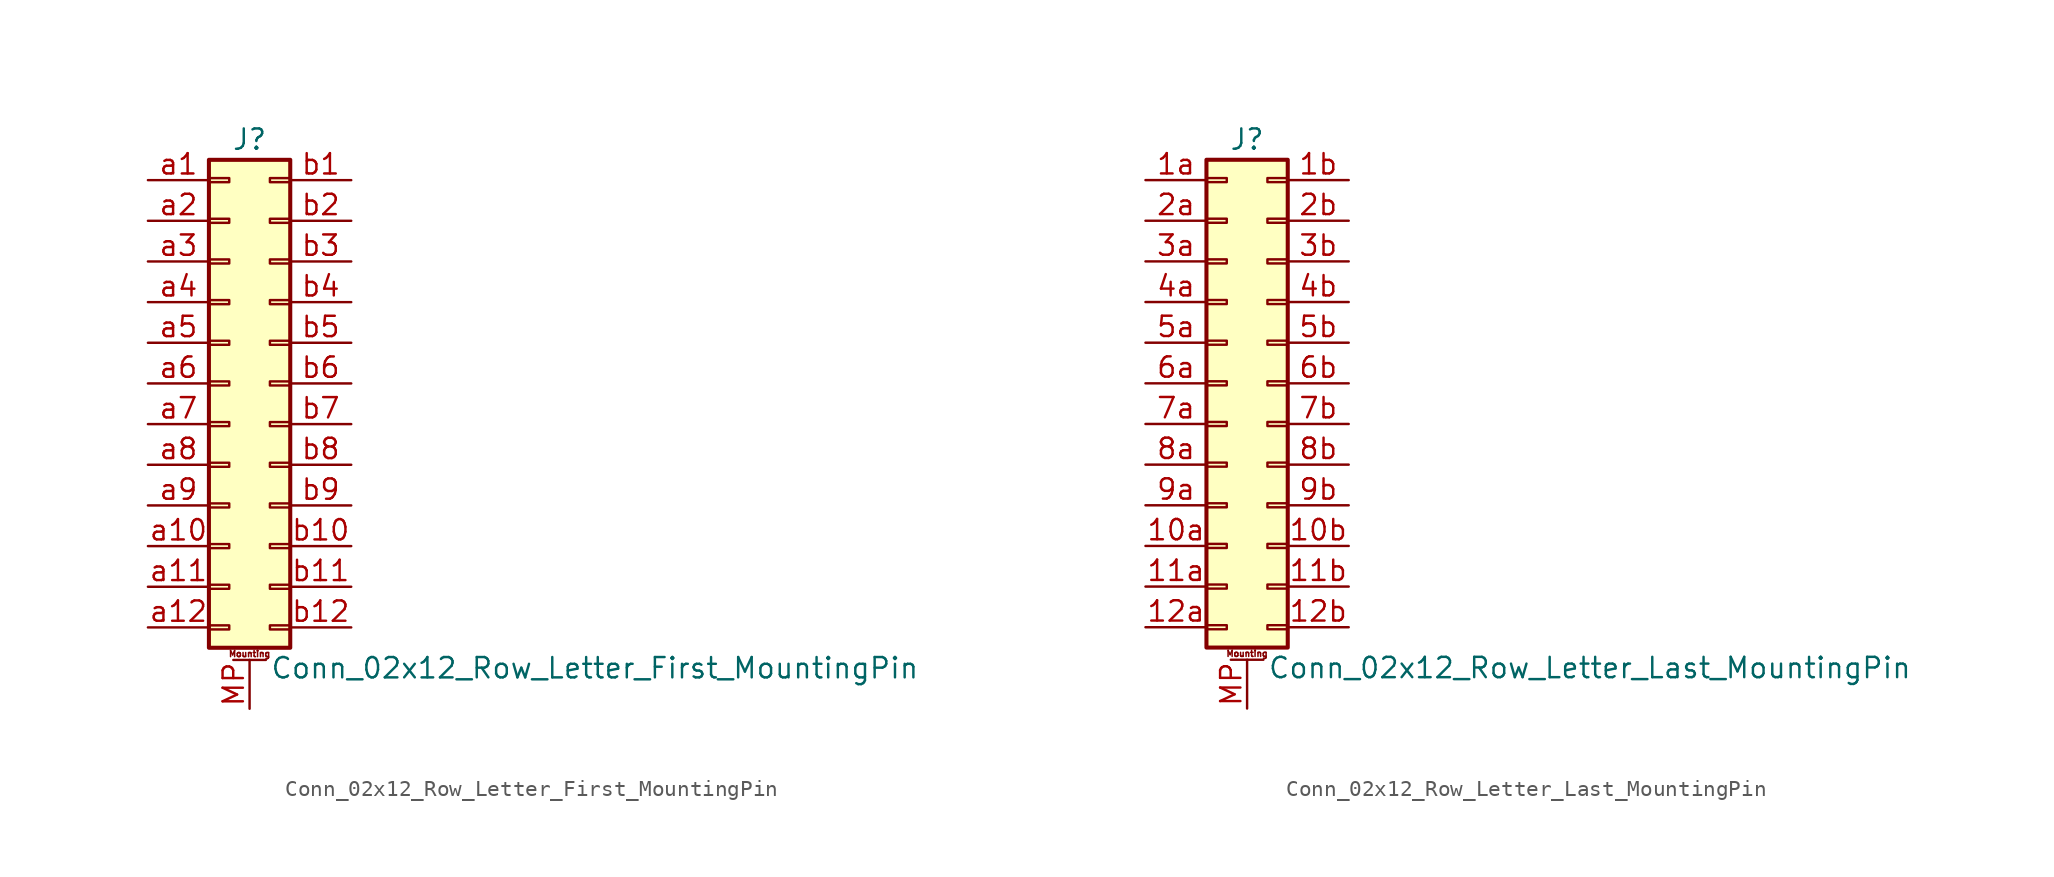
<source format=kicad_sym>
(kicad_symbol_lib
  (version 20211014)
  (generator kicad_symbol_editor)
  (symbol "Conn_02x12_Row_Letter_First_MountingPin"
    (pin_names
      (offset 1.016) hide)
    (property "Reference" "J"
      (at 1.27 15.24 0)
      (effects (font (size 1.27 1.27))))
    (property "Value" "Conn_02x12_Row_Letter_First_MountingPin"
      (at 2.54 -17.78 0)
      (effects (font (size 1.27 1.27)) (justify left)))
    (symbol "Conn_02x12_Row_Letter_First_MountingPin_1_1"
      (rectangle (start -1.27 -15.113) (end 0 -15.367) (stroke (width 0.152) (type default) (color 0 0 0 0)) (fill (type none)))
      (rectangle (start -1.27 -12.573) (end 0 -12.827) (stroke (width 0.152) (type default) (color 0 0 0 0)) (fill (type none)))
      (rectangle (start -1.27 -10.033) (end 0 -10.287) (stroke (width 0.152) (type default) (color 0 0 0 0)) (fill (type none)))
      (rectangle (start -1.27 -7.493) (end 0 -7.747) (stroke (width 0.152) (type default) (color 0 0 0 0)) (fill (type none)))
      (rectangle (start -1.27 -4.953) (end 0 -5.207) (stroke (width 0.152) (type default) (color 0 0 0 0)) (fill (type none)))
      (rectangle (start -1.27 -2.413) (end 0 -2.667) (stroke (width 0.152) (type default) (color 0 0 0 0)) (fill (type none)))
      (rectangle (start -1.27 0.127) (end 0 -0.127) (stroke (width 0.152) (type default) (color 0 0 0 0)) (fill (type none)))
      (rectangle (start -1.27 2.667) (end 0 2.413) (stroke (width 0.152) (type default) (color 0 0 0 0)) (fill (type none)))
      (rectangle (start -1.27 5.207) (end 0 4.953) (stroke (width 0.152) (type default) (color 0 0 0 0)) (fill (type none)))
      (rectangle (start -1.27 7.747) (end 0 7.493) (stroke (width 0.152) (type default) (color 0 0 0 0)) (fill (type none)))
      (rectangle (start -1.27 10.287) (end 0 10.033) (stroke (width 0.152) (type default) (color 0 0 0 0)) (fill (type none)))
      (rectangle (start -1.27 12.827) (end 0 12.573) (stroke (width 0.152) (type default) (color 0 0 0 0)) (fill (type none)))
      (rectangle (start -1.27 13.97) (end 3.81 -16.51) (stroke (width 0.254) (type default) (color 0 0 0 0)) (fill (type background)))
      (polyline (pts (xy 0.254 -17.272) (xy 2.286 -17.272)) (stroke (width 0.152) (type default) (color 0 0 0 0)) (fill (type none)))
      (rectangle (start 3.81 -15.113) (end 2.54 -15.367) (stroke (width 0.152) (type default) (color 0 0 0 0)) (fill (type none)))
      (rectangle (start 3.81 -12.573) (end 2.54 -12.827) (stroke (width 0.152) (type default) (color 0 0 0 0)) (fill (type none)))
      (rectangle (start 3.81 -10.033) (end 2.54 -10.287) (stroke (width 0.152) (type default) (color 0 0 0 0)) (fill (type none)))
      (rectangle (start 3.81 -7.493) (end 2.54 -7.747) (stroke (width 0.152) (type default) (color 0 0 0 0)) (fill (type none)))
      (rectangle (start 3.81 -4.953) (end 2.54 -5.207) (stroke (width 0.152) (type default) (color 0 0 0 0)) (fill (type none)))
      (rectangle (start 3.81 -2.413) (end 2.54 -2.667) (stroke (width 0.152) (type default) (color 0 0 0 0)) (fill (type none)))
      (rectangle (start 3.81 0.127) (end 2.54 -0.127) (stroke (width 0.152) (type default) (color 0 0 0 0)) (fill (type none)))
      (rectangle (start 3.81 2.667) (end 2.54 2.413) (stroke (width 0.152) (type default) (color 0 0 0 0)) (fill (type none)))
      (rectangle (start 3.81 5.207) (end 2.54 4.953) (stroke (width 0.152) (type default) (color 0 0 0 0)) (fill (type none)))
      (rectangle (start 3.81 7.747) (end 2.54 7.493) (stroke (width 0.152) (type default) (color 0 0 0 0)) (fill (type none)))
      (rectangle (start 3.81 10.287) (end 2.54 10.033) (stroke (width 0.152) (type default) (color 0 0 0 0)) (fill (type none)))
      (rectangle (start 3.81 12.827) (end 2.54 12.573) (stroke (width 0.152) (type default) (color 0 0 0 0)) (fill (type none)))
      (text "Mounting" (at 1.27 -16.891 0) (effects (font (size 0.381 0.381))))
      (pin passive line (at 1.27 -20.32 90) (length 3.048) (name "MountPin" (effects (font (size 1.27 1.27)))) (number "MP" (effects (font (size 1.27 1.27)))))
      (pin passive line (at -5.08 12.7 0) (length 3.81) (name "Pin_a1" (effects (font (size 1.27 1.27)))) (number "a1" (effects (font (size 1.27 1.27)))))
      (pin passive line (at -5.08 -10.16 0) (length 3.81) (name "Pin_a10" (effects (font (size 1.27 1.27)))) (number "a10" (effects (font (size 1.27 1.27)))))
      (pin passive line (at -5.08 -12.7 0) (length 3.81) (name "Pin_a11" (effects (font (size 1.27 1.27)))) (number "a11" (effects (font (size 1.27 1.27)))))
      (pin passive line (at -5.08 -15.24 0) (length 3.81) (name "Pin_a12" (effects (font (size 1.27 1.27)))) (number "a12" (effects (font (size 1.27 1.27)))))
      (pin passive line (at -5.08 10.16 0) (length 3.81) (name "Pin_a2" (effects (font (size 1.27 1.27)))) (number "a2" (effects (font (size 1.27 1.27)))))
      (pin passive line (at -5.08 7.62 0) (length 3.81) (name "Pin_a3" (effects (font (size 1.27 1.27)))) (number "a3" (effects (font (size 1.27 1.27)))))
      (pin passive line (at -5.08 5.08 0) (length 3.81) (name "Pin_a4" (effects (font (size 1.27 1.27)))) (number "a4" (effects (font (size 1.27 1.27)))))
      (pin passive line (at -5.08 2.54 0) (length 3.81) (name "Pin_a5" (effects (font (size 1.27 1.27)))) (number "a5" (effects (font (size 1.27 1.27)))))
      (pin passive line (at -5.08 0 0) (length 3.81) (name "Pin_a6" (effects (font (size 1.27 1.27)))) (number "a6" (effects (font (size 1.27 1.27)))))
      (pin passive line (at -5.08 -2.54 0) (length 3.81) (name "Pin_a7" (effects (font (size 1.27 1.27)))) (number "a7" (effects (font (size 1.27 1.27)))))
      (pin passive line (at -5.08 -5.08 0) (length 3.81) (name "Pin_a8" (effects (font (size 1.27 1.27)))) (number "a8" (effects (font (size 1.27 1.27)))))
      (pin passive line (at -5.08 -7.62 0) (length 3.81) (name "Pin_a9" (effects (font (size 1.27 1.27)))) (number "a9" (effects (font (size 1.27 1.27)))))
      (pin passive line (at 7.62 12.7 180) (length 3.81) (name "Pin_b1" (effects (font (size 1.27 1.27)))) (number "b1" (effects (font (size 1.27 1.27)))))
      (pin passive line (at 7.62 -10.16 180) (length 3.81) (name "Pin_b10" (effects (font (size 1.27 1.27)))) (number "b10" (effects (font (size 1.27 1.27)))))
      (pin passive line (at 7.62 -12.7 180) (length 3.81) (name "Pin_b11" (effects (font (size 1.27 1.27)))) (number "b11" (effects (font (size 1.27 1.27)))))
      (pin passive line (at 7.62 -15.24 180) (length 3.81) (name "Pin_b12" (effects (font (size 1.27 1.27)))) (number "b12" (effects (font (size 1.27 1.27)))))
      (pin passive line (at 7.62 10.16 180) (length 3.81) (name "Pin_b2" (effects (font (size 1.27 1.27)))) (number "b2" (effects (font (size 1.27 1.27)))))
      (pin passive line (at 7.62 7.62 180) (length 3.81) (name "Pin_b3" (effects (font (size 1.27 1.27)))) (number "b3" (effects (font (size 1.27 1.27)))))
      (pin passive line (at 7.62 5.08 180) (length 3.81) (name "Pin_b4" (effects (font (size 1.27 1.27)))) (number "b4" (effects (font (size 1.27 1.27)))))
      (pin passive line (at 7.62 2.54 180) (length 3.81) (name "Pin_b5" (effects (font (size 1.27 1.27)))) (number "b5" (effects (font (size 1.27 1.27)))))
      (pin passive line (at 7.62 0 180) (length 3.81) (name "Pin_b6" (effects (font (size 1.27 1.27)))) (number "b6" (effects (font (size 1.27 1.27)))))
      (pin passive line (at 7.62 -2.54 180) (length 3.81) (name "Pin_b7" (effects (font (size 1.27 1.27)))) (number "b7" (effects (font (size 1.27 1.27)))))
      (pin passive line (at 7.62 -5.08 180) (length 3.81) (name "Pin_b8" (effects (font (size 1.27 1.27)))) (number "b8" (effects (font (size 1.27 1.27)))))
      (pin passive line (at 7.62 -7.62 180) (length 3.81) (name "Pin_b9" (effects (font (size 1.27 1.27)))) (number "b9" (effects (font (size 1.27 1.27)))))))
  (symbol "Conn_02x12_Row_Letter_Last_MountingPin"
    (pin_names
      (offset 1.016) hide)
    (property "Reference" "J"
      (at 1.27 15.24 0)
      (effects (font (size 1.27 1.27))))
    (property "Value" "Conn_02x12_Row_Letter_Last_MountingPin"
      (at 2.54 -17.78 0)
      (effects (font (size 1.27 1.27)) (justify left)))
    (symbol "Conn_02x12_Row_Letter_Last_MountingPin_1_1"
      (rectangle (start -1.27 -15.113) (end 0 -15.367) (stroke (width 0.152) (type default) (color 0 0 0 0)) (fill (type none)))
      (rectangle (start -1.27 -12.573) (end 0 -12.827) (stroke (width 0.152) (type default) (color 0 0 0 0)) (fill (type none)))
      (rectangle (start -1.27 -10.033) (end 0 -10.287) (stroke (width 0.152) (type default) (color 0 0 0 0)) (fill (type none)))
      (rectangle (start -1.27 -7.493) (end 0 -7.747) (stroke (width 0.152) (type default) (color 0 0 0 0)) (fill (type none)))
      (rectangle (start -1.27 -4.953) (end 0 -5.207) (stroke (width 0.152) (type default) (color 0 0 0 0)) (fill (type none)))
      (rectangle (start -1.27 -2.413) (end 0 -2.667) (stroke (width 0.152) (type default) (color 0 0 0 0)) (fill (type none)))
      (rectangle (start -1.27 0.127) (end 0 -0.127) (stroke (width 0.152) (type default) (color 0 0 0 0)) (fill (type none)))
      (rectangle (start -1.27 2.667) (end 0 2.413) (stroke (width 0.152) (type default) (color 0 0 0 0)) (fill (type none)))
      (rectangle (start -1.27 5.207) (end 0 4.953) (stroke (width 0.152) (type default) (color 0 0 0 0)) (fill (type none)))
      (rectangle (start -1.27 7.747) (end 0 7.493) (stroke (width 0.152) (type default) (color 0 0 0 0)) (fill (type none)))
      (rectangle (start -1.27 10.287) (end 0 10.033) (stroke (width 0.152) (type default) (color 0 0 0 0)) (fill (type none)))
      (rectangle (start -1.27 12.827) (end 0 12.573) (stroke (width 0.152) (type default) (color 0 0 0 0)) (fill (type none)))
      (rectangle (start -1.27 13.97) (end 3.81 -16.51) (stroke (width 0.254) (type default) (color 0 0 0 0)) (fill (type background)))
      (polyline (pts (xy 0.254 -17.272) (xy 2.286 -17.272)) (stroke (width 0.152) (type default) (color 0 0 0 0)) (fill (type none)))
      (rectangle (start 3.81 -15.113) (end 2.54 -15.367) (stroke (width 0.152) (type default) (color 0 0 0 0)) (fill (type none)))
      (rectangle (start 3.81 -12.573) (end 2.54 -12.827) (stroke (width 0.152) (type default) (color 0 0 0 0)) (fill (type none)))
      (rectangle (start 3.81 -10.033) (end 2.54 -10.287) (stroke (width 0.152) (type default) (color 0 0 0 0)) (fill (type none)))
      (rectangle (start 3.81 -7.493) (end 2.54 -7.747) (stroke (width 0.152) (type default) (color 0 0 0 0)) (fill (type none)))
      (rectangle (start 3.81 -4.953) (end 2.54 -5.207) (stroke (width 0.152) (type default) (color 0 0 0 0)) (fill (type none)))
      (rectangle (start 3.81 -2.413) (end 2.54 -2.667) (stroke (width 0.152) (type default) (color 0 0 0 0)) (fill (type none)))
      (rectangle (start 3.81 0.127) (end 2.54 -0.127) (stroke (width 0.152) (type default) (color 0 0 0 0)) (fill (type none)))
      (rectangle (start 3.81 2.667) (end 2.54 2.413) (stroke (width 0.152) (type default) (color 0 0 0 0)) (fill (type none)))
      (rectangle (start 3.81 5.207) (end 2.54 4.953) (stroke (width 0.152) (type default) (color 0 0 0 0)) (fill (type none)))
      (rectangle (start 3.81 7.747) (end 2.54 7.493) (stroke (width 0.152) (type default) (color 0 0 0 0)) (fill (type none)))
      (rectangle (start 3.81 10.287) (end 2.54 10.033) (stroke (width 0.152) (type default) (color 0 0 0 0)) (fill (type none)))
      (rectangle (start 3.81 12.827) (end 2.54 12.573) (stroke (width 0.152) (type default) (color 0 0 0 0)) (fill (type none)))
      (text "Mounting" (at 1.27 -16.891 0) (effects (font (size 0.381 0.381))))
      (pin passive line (at -5.08 -10.16 0) (length 3.81) (name "Pin_10a" (effects (font (size 1.27 1.27)))) (number "10a" (effects (font (size 1.27 1.27)))))
      (pin passive line (at 7.62 -10.16 180) (length 3.81) (name "Pin_10b" (effects (font (size 1.27 1.27)))) (number "10b" (effects (font (size 1.27 1.27)))))
      (pin passive line (at -5.08 -12.7 0) (length 3.81) (name "Pin_11a" (effects (font (size 1.27 1.27)))) (number "11a" (effects (font (size 1.27 1.27)))))
      (pin passive line (at 7.62 -12.7 180) (length 3.81) (name "Pin_11b" (effects (font (size 1.27 1.27)))) (number "11b" (effects (font (size 1.27 1.27)))))
      (pin passive line (at -5.08 -15.24 0) (length 3.81) (name "Pin_12a" (effects (font (size 1.27 1.27)))) (number "12a" (effects (font (size 1.27 1.27)))))
      (pin passive line (at 7.62 -15.24 180) (length 3.81) (name "Pin_12b" (effects (font (size 1.27 1.27)))) (number "12b" (effects (font (size 1.27 1.27)))))
      (pin passive line (at -5.08 12.7 0) (length 3.81) (name "Pin_1a" (effects (font (size 1.27 1.27)))) (number "1a" (effects (font (size 1.27 1.27)))))
      (pin passive line (at 7.62 12.7 180) (length 3.81) (name "Pin_1b" (effects (font (size 1.27 1.27)))) (number "1b" (effects (font (size 1.27 1.27)))))
      (pin passive line (at -5.08 10.16 0) (length 3.81) (name "Pin_2a" (effects (font (size 1.27 1.27)))) (number "2a" (effects (font (size 1.27 1.27)))))
      (pin passive line (at 7.62 10.16 180) (length 3.81) (name "Pin_2b" (effects (font (size 1.27 1.27)))) (number "2b" (effects (font (size 1.27 1.27)))))
      (pin passive line (at -5.08 7.62 0) (length 3.81) (name "Pin_3a" (effects (font (size 1.27 1.27)))) (number "3a" (effects (font (size 1.27 1.27)))))
      (pin passive line (at 7.62 7.62 180) (length 3.81) (name "Pin_3b" (effects (font (size 1.27 1.27)))) (number "3b" (effects (font (size 1.27 1.27)))))
      (pin passive line (at -5.08 5.08 0) (length 3.81) (name "Pin_4a" (effects (font (size 1.27 1.27)))) (number "4a" (effects (font (size 1.27 1.27)))))
      (pin passive line (at 7.62 5.08 180) (length 3.81) (name "Pin_4b" (effects (font (size 1.27 1.27)))) (number "4b" (effects (font (size 1.27 1.27)))))
      (pin passive line (at -5.08 2.54 0) (length 3.81) (name "Pin_5a" (effects (font (size 1.27 1.27)))) (number "5a" (effects (font (size 1.27 1.27)))))
      (pin passive line (at 7.62 2.54 180) (length 3.81) (name "Pin_5b" (effects (font (size 1.27 1.27)))) (number "5b" (effects (font (size 1.27 1.27)))))
      (pin passive line (at -5.08 0 0) (length 3.81) (name "Pin_6a" (effects (font (size 1.27 1.27)))) (number "6a" (effects (font (size 1.27 1.27)))))
      (pin passive line (at 7.62 0 180) (length 3.81) (name "Pin_6b" (effects (font (size 1.27 1.27)))) (number "6b" (effects (font (size 1.27 1.27)))))
      (pin passive line (at -5.08 -2.54 0) (length 3.81) (name "Pin_7a" (effects (font (size 1.27 1.27)))) (number "7a" (effects (font (size 1.27 1.27)))))
      (pin passive line (at 7.62 -2.54 180) (length 3.81) (name "Pin_7b" (effects (font (size 1.27 1.27)))) (number "7b" (effects (font (size 1.27 1.27)))))
      (pin passive line (at -5.08 -5.08 0) (length 3.81) (name "Pin_8a" (effects (font (size 1.27 1.27)))) (number "8a" (effects (font (size 1.27 1.27)))))
      (pin passive line (at 7.62 -5.08 180) (length 3.81) (name "Pin_8b" (effects (font (size 1.27 1.27)))) (number "8b" (effects (font (size 1.27 1.27)))))
      (pin passive line (at -5.08 -7.62 0) (length 3.81) (name "Pin_9a" (effects (font (size 1.27 1.27)))) (number "9a" (effects (font (size 1.27 1.27)))))
      (pin passive line (at 7.62 -7.62 180) (length 3.81) (name "Pin_9b" (effects (font (size 1.27 1.27)))) (number "9b" (effects (font (size 1.27 1.27)))))
      (pin passive line (at 1.27 -20.32 90) (length 3.048) (name "MountPin" (effects (font (size 1.27 1.27)))) (number "MP" (effects (font (size 1.27 1.27))))))))
</source>
